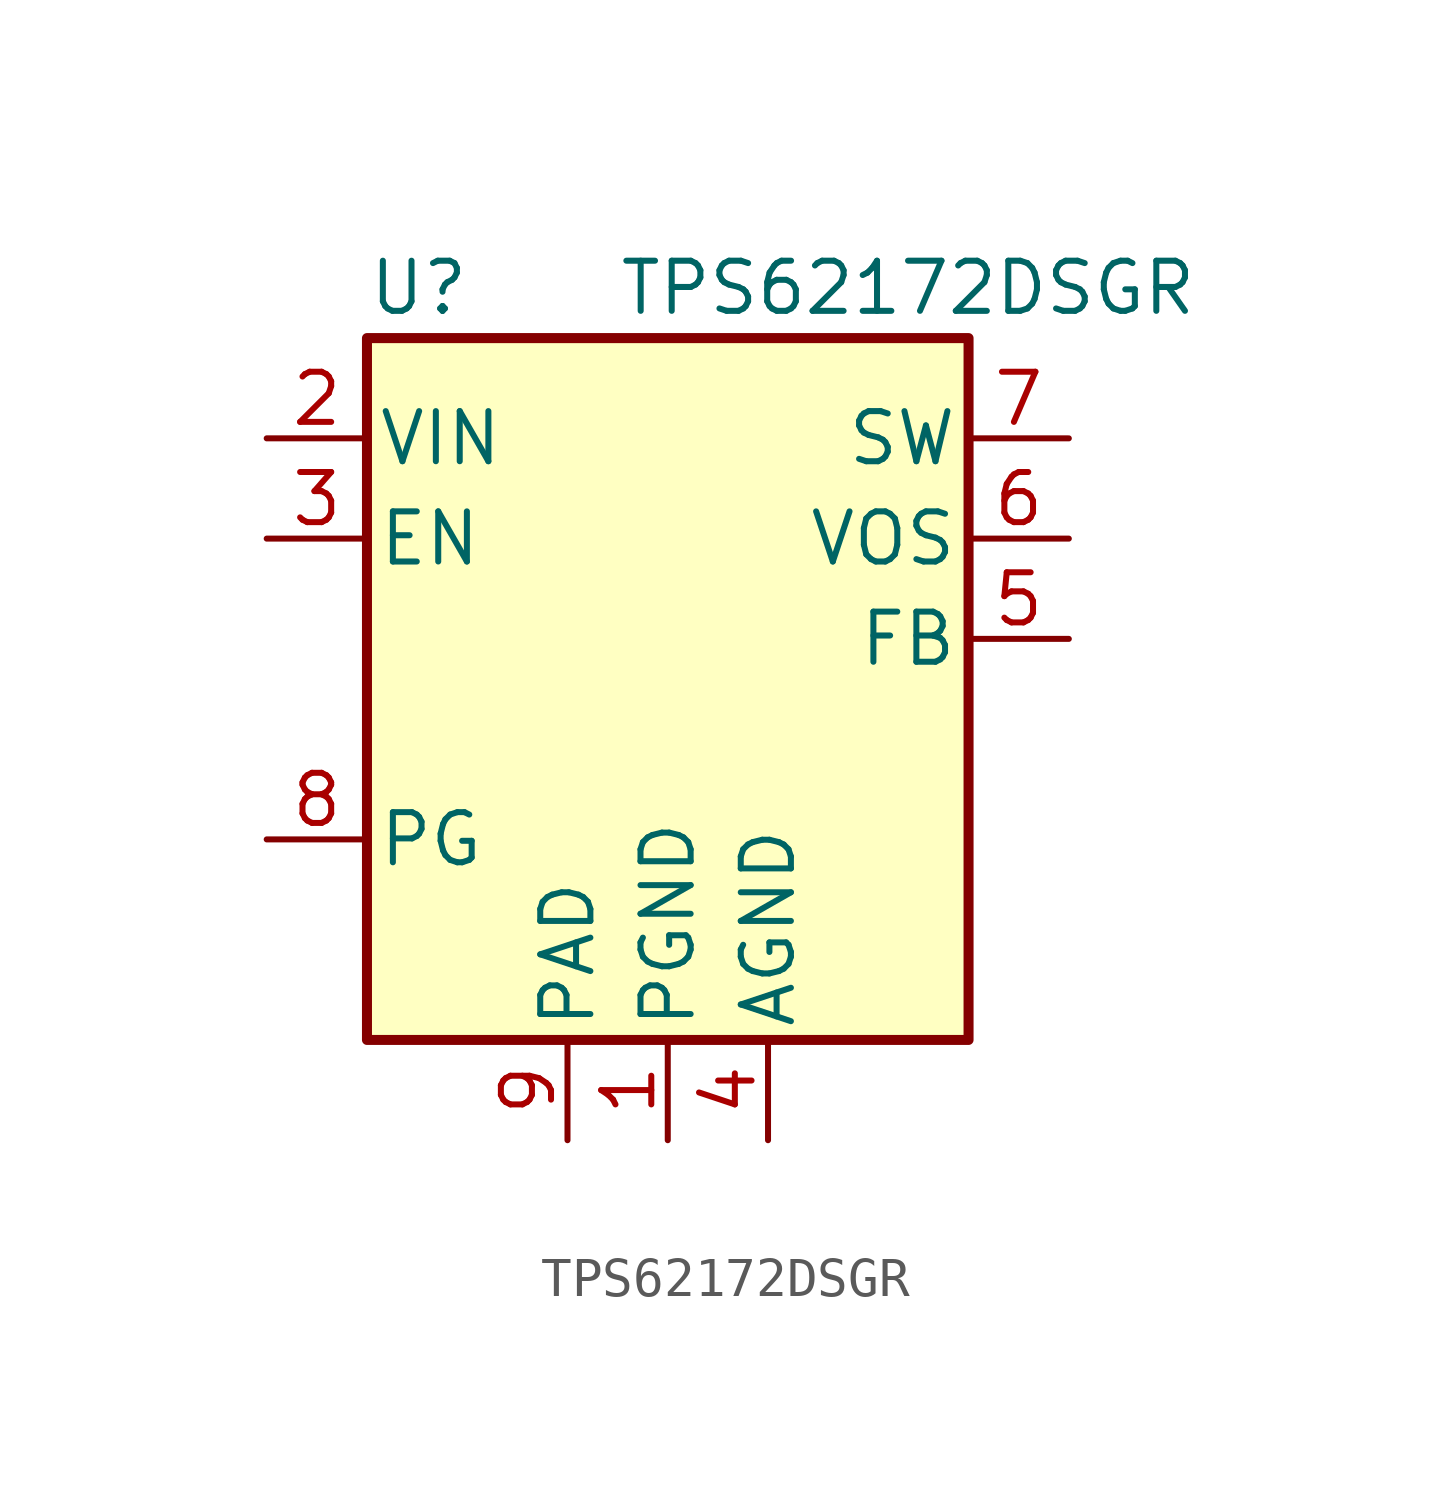
<source format=kicad_sym>
(kicad_symbol_lib
  (version 20211014)
  (generator kicad_symbol_editor)
  (symbol "TPS62172DSGR"
    (pin_names
      (offset 0.254))
    (property "Reference" "U"
      (at -7.62 11.43 0)
      (effects (font (size 1.27 1.27)) (justify left)))
    (property "Value" "TPS62172DSGR"
      (at -1.27 11.43 0)
      (effects (font (size 1.27 1.27)) (justify left)))
    (symbol "TPS62172DSGR_0_1"
      (rectangle (start -7.62 10.16) (end 7.62 -7.62) (stroke (width 0.254) (type default) (color 0 0 0 0)) (fill (type background))))
    (symbol "TPS62172DSGR_1_1"
      (pin power_in line (at 0 -10.16 90) (length 2.54) (name "PGND" (effects (font (size 1.27 1.27)))) (number "1" (effects (font (size 1.27 1.27)))))
      (pin power_in line (at -10.16 7.62 0) (length 2.54) (name "VIN" (effects (font (size 1.27 1.27)))) (number "2" (effects (font (size 1.27 1.27)))))
      (pin input line (at -10.16 5.08 0) (length 2.54) (name "EN" (effects (font (size 1.27 1.27)))) (number "3" (effects (font (size 1.27 1.27)))))
      (pin power_in line (at 2.54 -10.16 90) (length 2.54) (name "AGND" (effects (font (size 1.27 1.27)))) (number "4" (effects (font (size 1.27 1.27)))))
      (pin input line (at 10.16 2.54 180) (length 2.54) (name "FB" (effects (font (size 1.27 1.27)))) (number "5" (effects (font (size 1.27 1.27)))))
      (pin input line (at 10.16 5.08 180) (length 2.54) (name "VOS" (effects (font (size 1.27 1.27)))) (number "6" (effects (font (size 1.27 1.27)))))
      (pin output line (at 10.16 7.62 180) (length 2.54) (name "SW" (effects (font (size 1.27 1.27)))) (number "7" (effects (font (size 1.27 1.27)))))
      (pin open_collector line (at -10.16 -2.54 0) (length 2.54) (name "PG" (effects (font (size 1.27 1.27)))) (number "8" (effects (font (size 1.27 1.27)))))
      (pin power_in line (at -2.54 -10.16 90) (length 2.54) (name "PAD" (effects (font (size 1.27 1.27)))) (number "9" (effects (font (size 1.27 1.27))))))))
</source>
